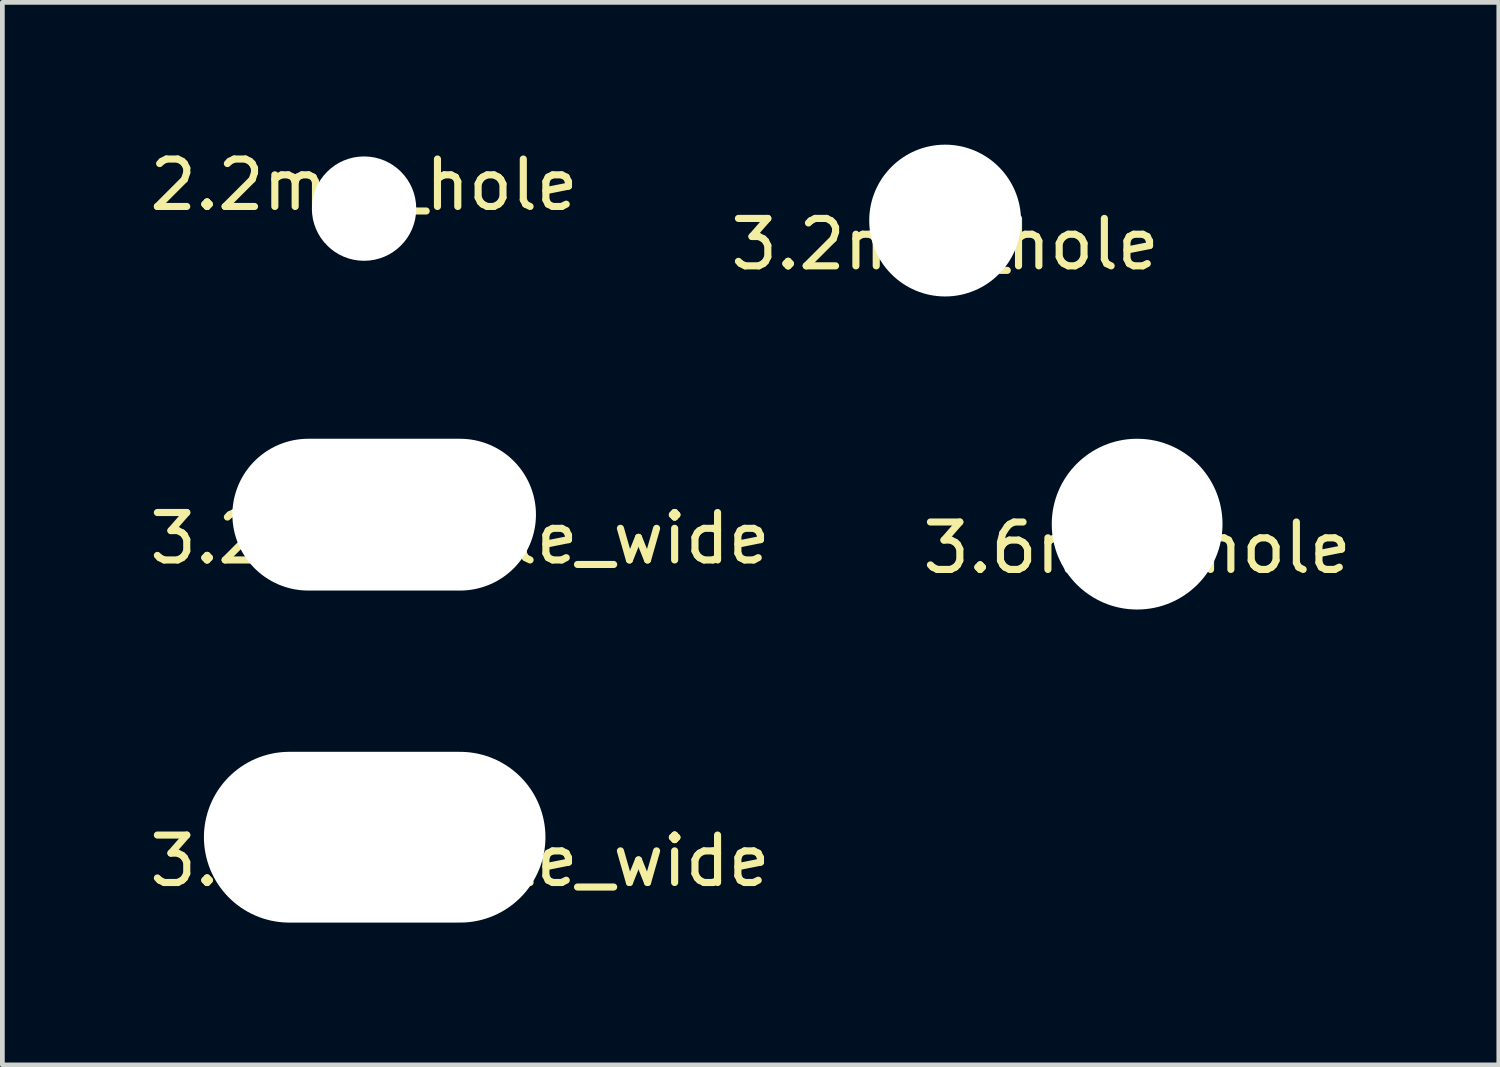
<source format=kicad_pcb>
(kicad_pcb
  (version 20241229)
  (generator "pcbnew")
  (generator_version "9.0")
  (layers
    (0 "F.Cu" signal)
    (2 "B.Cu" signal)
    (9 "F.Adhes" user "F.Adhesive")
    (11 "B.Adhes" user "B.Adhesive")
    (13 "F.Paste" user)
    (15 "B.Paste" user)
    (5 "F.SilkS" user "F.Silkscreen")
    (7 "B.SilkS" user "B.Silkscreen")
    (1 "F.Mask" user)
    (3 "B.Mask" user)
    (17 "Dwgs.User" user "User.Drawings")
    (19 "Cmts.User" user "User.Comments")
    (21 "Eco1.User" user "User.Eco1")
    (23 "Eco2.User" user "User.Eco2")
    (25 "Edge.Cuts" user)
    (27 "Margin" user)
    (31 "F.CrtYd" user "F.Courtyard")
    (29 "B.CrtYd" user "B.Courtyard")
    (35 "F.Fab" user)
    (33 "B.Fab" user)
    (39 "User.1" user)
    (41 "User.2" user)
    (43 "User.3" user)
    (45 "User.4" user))
  (footprint "3.6mm_hole_wide"
    (layer "F.Cu")
    (at 6.649 14.6)
    (property "Reference" "3.6mm_hole_wide" (at 0 0.5 0) (unlocked yes) (layer "F.SilkS") (effects (font (size 1 1) (thickness 0.15))))
    (attr through_hole)
    (pad "" np_thru_hole oval (at -1.8 0) (size 7.2 3.6) (drill oval 7.2 3.6) (layers "*.Cu" "*.Mask")))
  (footprint "3.2mm_hole"
    (layer "F.Cu")
    (at 16.875 1.6)
    (property "Reference" "3.2mm_hole" (at 0 0.5 0) (unlocked yes) (layer "F.SilkS") (effects (font (size 1 1) (thickness 0.15))))
    (attr through_hole)
    (pad "" np_thru_hole circle (at 0 0) (size 3.2 3.2) (drill 3.2) (layers "*.Cu" "*.Mask")))
  (footprint "2.2mm_hole"
    (layer "F.Cu")
    (at 4.625 1.348)
    (property "Reference" "2.2mm_hole" (at 0 -0.5 0) (unlocked yes) (layer "F.SilkS") (effects (font (size 1 1) (thickness 0.15))))
    (pad "" np_thru_hole circle (at 0 0) (size 2.2 2.2) (drill 2.2) (layers "*.Cu" "*.Mask")))
  (footprint "3.6mm_hole"
    (layer "F.Cu")
    (at 20.923 8)
    (property "Reference" "3.6mm_hole" (at 0 0.5 0) (unlocked yes) (layer "F.SilkS") (effects (font (size 1 1) (thickness 0.15))))
    (attr through_hole)
    (pad "" np_thru_hole circle (at 0 0) (size 3.6 3.6) (drill 3.6) (layers "*.Cu" "*.Mask")))
  (footprint "3.2mm_hole_wide"
    (layer "F.Cu")
    (at 6.649 7.8)
    (property "Reference" "3.2mm_hole_wide" (at 0 0.5 0) (unlocked yes) (layer "F.SilkS") (effects (font (size 1 1) (thickness 0.15))))
    (attr through_hole)
    (pad "" np_thru_hole oval (at -1.6 0) (size 6.4 3.2) (drill oval 6.4 3.2) (layers "*.Cu" "*.Mask")))
  (gr_rect
    (start -3 -3)
    (end 28.548 19.4)
    (stroke (width 0.1) (type default))
    (fill no)
    (layer "Edge.Cuts")))
</source>
